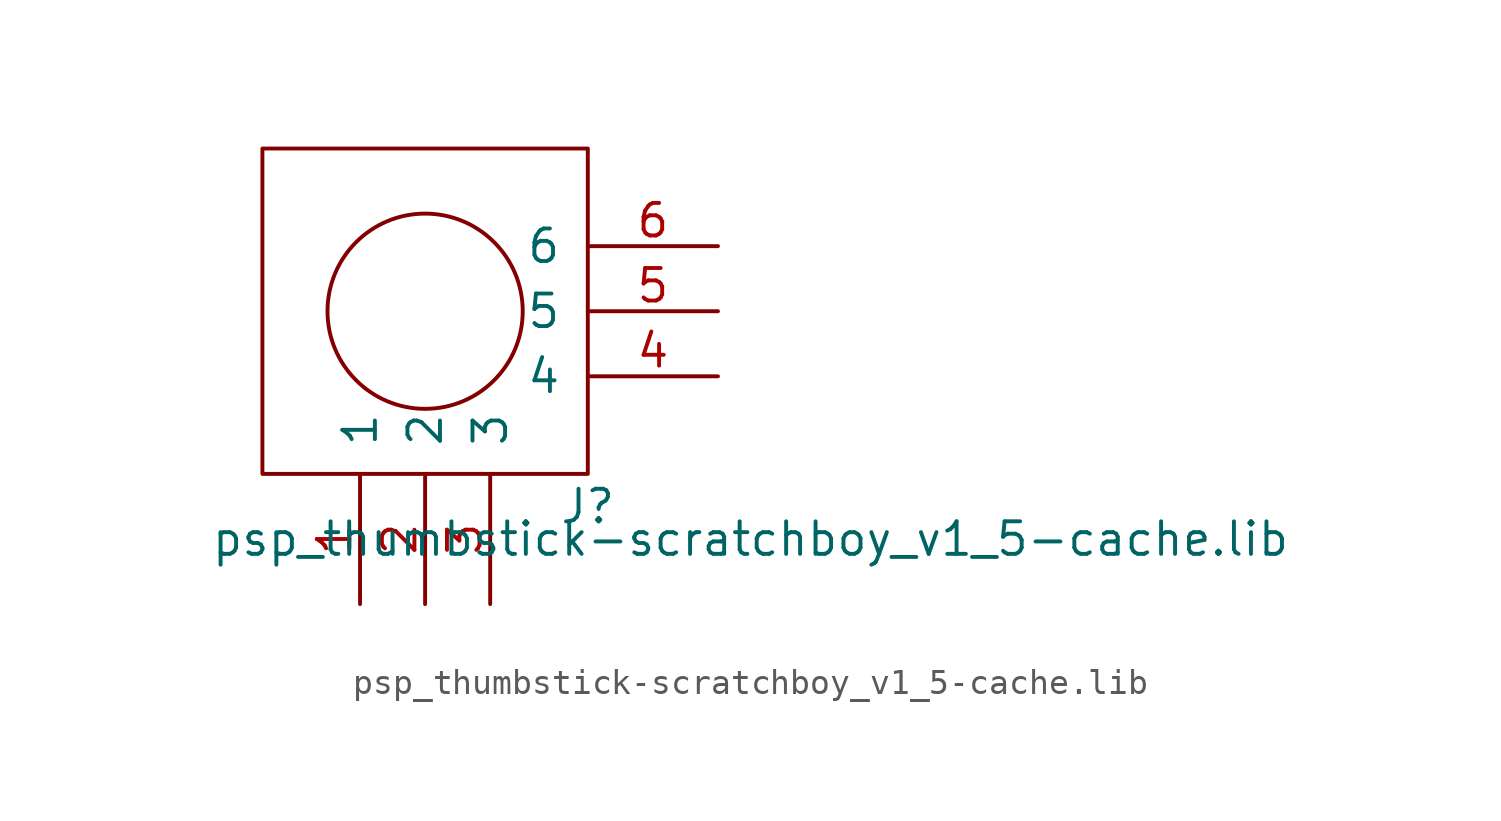
<source format=kicad_sym>
(kicad_symbol_lib
  (version 20211014)
  (generator kicad_symbol_editor)
  (symbol "psp_thumbstick-scratchboy_v1_5-cache.lib"
    (pin_names
      (offset 1.016))
    (property "Reference" "J"
      (at 12.7 -1.27 0)
      (effects (font (size 1.27 1.27))))
    (property "Value" "psp_thumbstick-scratchboy_v1_5-cache.lib"
      (at 19.05 -2.54 0)
      (effects (font (size 1.27 1.27))))
    (symbol "psp_thumbstick-scratchboy_v1_5-cache.lib_0_1"
      (rectangle (start 0 0) (end 12.7 12.7) (stroke (width 0) (type default) (color 0 0 0 0)) (fill (type none)))
      (circle (center 6.35 6.35) (radius 3.81) (stroke (width 0) (type default) (color 0 0 0 0)) (fill (type none))))
    (symbol "psp_thumbstick-scratchboy_v1_5-cache.lib_1_1"
      (pin passive line (at 3.81 -5.08 90) (length 5.08) (name "1" (effects (font (size 1.27 1.27)))) (number "1" (effects (font (size 1.27 1.27)))))
      (pin passive line (at 6.35 -5.08 90) (length 5.08) (name "2" (effects (font (size 1.27 1.27)))) (number "2" (effects (font (size 1.27 1.27)))))
      (pin passive line (at 8.89 -5.08 90) (length 5.08) (name "3" (effects (font (size 1.27 1.27)))) (number "3" (effects (font (size 1.27 1.27)))))
      (pin passive line (at 17.78 3.81 180) (length 5.08) (name "4" (effects (font (size 1.27 1.27)))) (number "4" (effects (font (size 1.27 1.27)))))
      (pin passive line (at 17.78 6.35 180) (length 5.08) (name "5" (effects (font (size 1.27 1.27)))) (number "5" (effects (font (size 1.27 1.27)))))
      (pin passive line (at 17.78 8.89 180) (length 5.08) (name "6" (effects (font (size 1.27 1.27)))) (number "6" (effects (font (size 1.27 1.27))))))))
</source>
